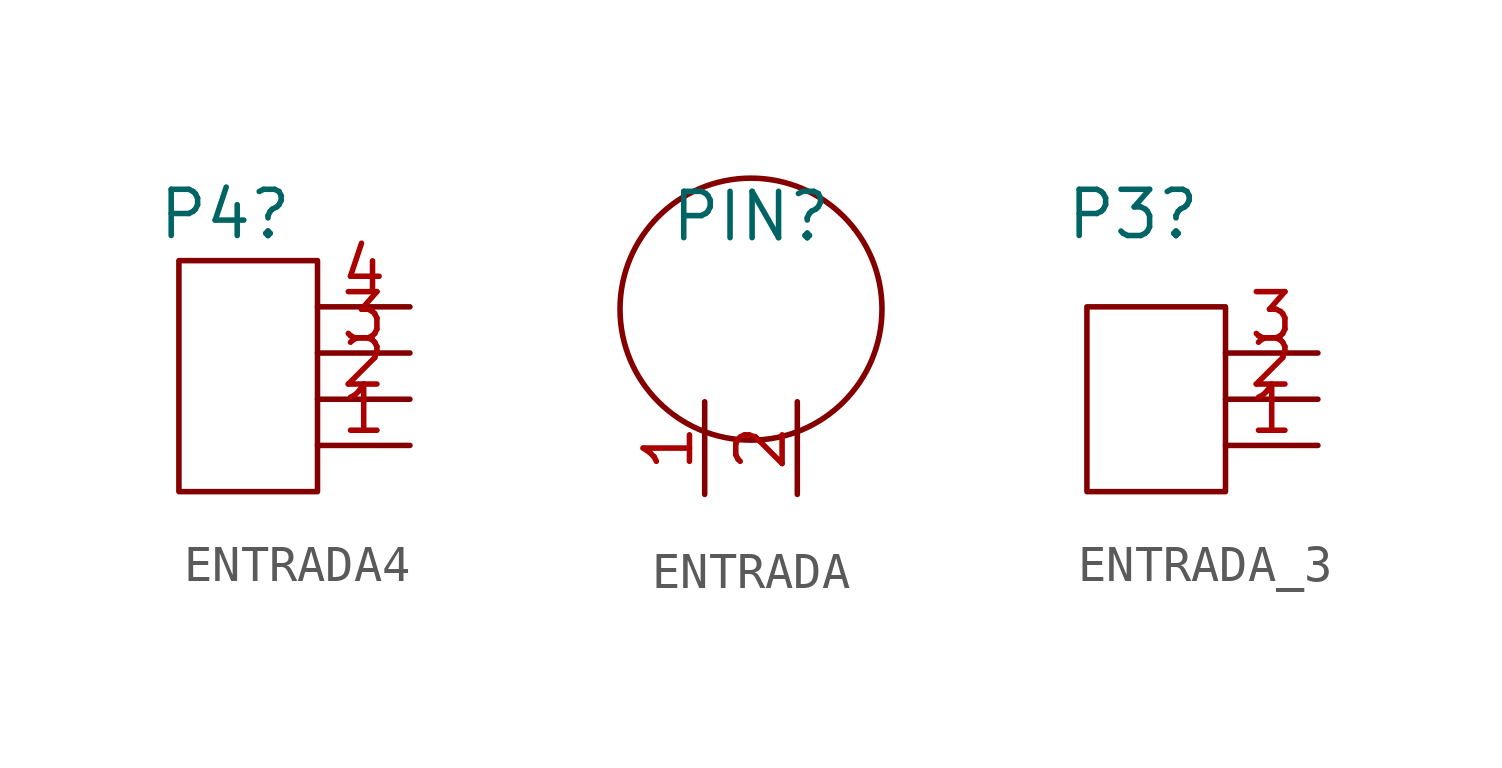
<source format=kicad_sym>
(kicad_symbol_lib
  (version 20220914)
  (generator kicad_symbol_editor)
  (symbol "ENTRADA4"
    (property "Reference" "P4"
      (at 1.27 7.62 0)
      (effects (font (size 1.27 1.27))))
    (property "Value" ""
      (at 0 0 0)
      (effects (font (size 1.27 1.27))))
    (symbol "ENTRADA4_0_1"
      (rectangle (start 0 6.35) (end 3.81 0) (stroke (width 0) (type default)) (fill (type none))))
    (symbol "ENTRADA4_1_1"
      (pin input line (at 6.35 1.27 180) (length 2.54) (name "" (effects (font (size 1.27 1.27)))) (number "1" (effects (font (size 1.27 1.27)))))
      (pin input line (at 6.35 2.54 180) (length 2.54) (name "" (effects (font (size 1.27 1.27)))) (number "2" (effects (font (size 1.27 1.27)))))
      (pin input line (at 6.35 3.81 180) (length 2.54) (name "" (effects (font (size 1.27 1.27)))) (number "3" (effects (font (size 1.27 1.27)))))
      (pin input line (at 6.35 5.08 180) (length 2.54) (name "" (effects (font (size 1.27 1.27)))) (number "4" (effects (font (size 1.27 1.27)))))))
  (symbol "ENTRADA"
    (property "Reference" "PIN"
      (at 0 0 0)
      (effects (font (size 1.27 1.27))))
    (property "Value" ""
      (at 0 0 0)
      (effects (font (size 1.27 1.27))))
    (symbol "ENTRADA_0_1"
      (circle (center 0 -2.54) (radius 3.592) (stroke (width 0) (type default)) (fill (type none))))
    (symbol "ENTRADA_1_1"
      (pin input line (at -1.27 -7.62 90) (length 2.54) (name "" (effects (font (size 1.27 1.27)))) (number "1" (effects (font (size 1.27 1.27)))))
      (pin input line (at 1.27 -7.62 90) (length 2.54) (name "" (effects (font (size 1.27 1.27)))) (number "2" (effects (font (size 1.27 1.27)))))))
  (symbol "ENTRADA_3"
    (property "Reference" "P3"
      (at 1.27 7.62 0)
      (effects (font (size 1.27 1.27))))
    (property "Value" ""
      (at 0 0 0)
      (effects (font (size 1.27 1.27))))
    (symbol "ENTRADA_3_0_1"
      (rectangle (start 0 5.08) (end 3.81 0) (stroke (width 0) (type default)) (fill (type none))))
    (symbol "ENTRADA_3_1_1"
      (pin input line (at 6.35 1.27 180) (length 2.54) (name "" (effects (font (size 1.27 1.27)))) (number "1" (effects (font (size 1.27 1.27)))))
      (pin input line (at 6.35 2.54 180) (length 2.54) (name "" (effects (font (size 1.27 1.27)))) (number "2" (effects (font (size 1.27 1.27)))))
      (pin input line (at 6.35 3.81 180) (length 2.54) (name "" (effects (font (size 1.27 1.27)))) (number "3" (effects (font (size 1.27 1.27))))))))
</source>
